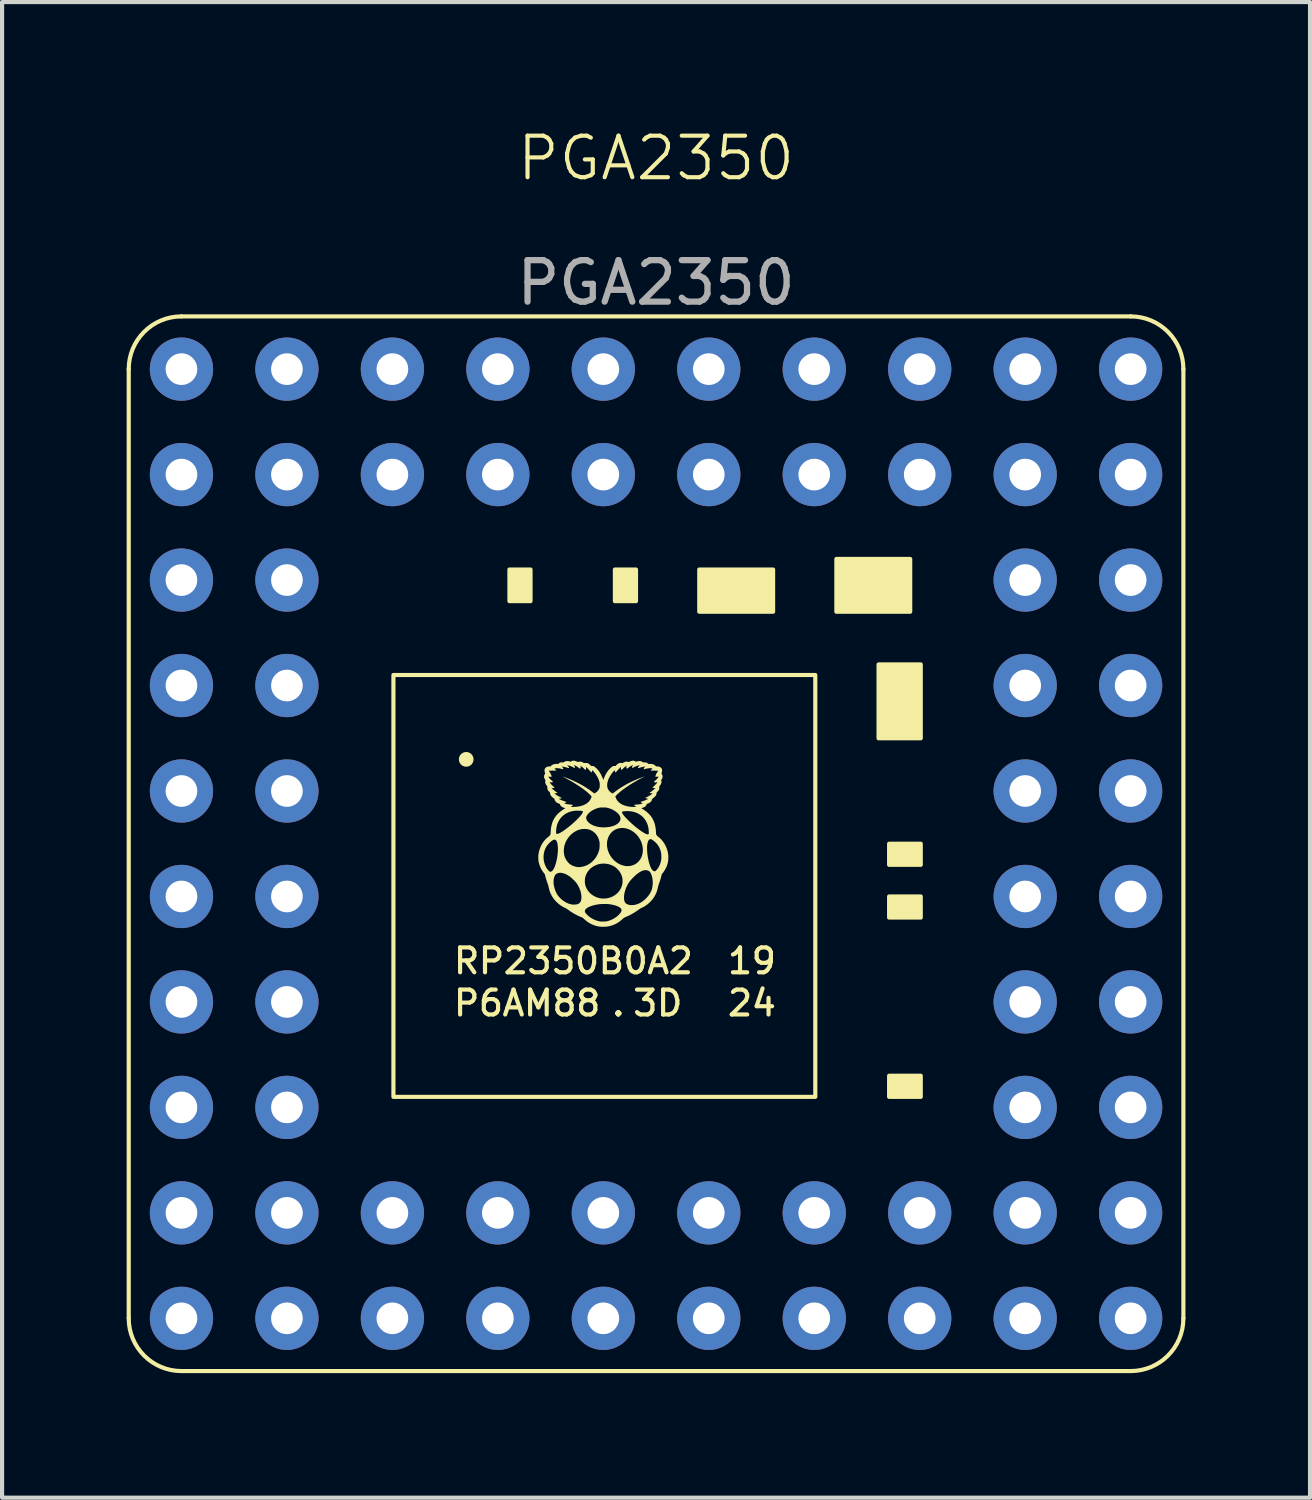
<source format=kicad_pcb>
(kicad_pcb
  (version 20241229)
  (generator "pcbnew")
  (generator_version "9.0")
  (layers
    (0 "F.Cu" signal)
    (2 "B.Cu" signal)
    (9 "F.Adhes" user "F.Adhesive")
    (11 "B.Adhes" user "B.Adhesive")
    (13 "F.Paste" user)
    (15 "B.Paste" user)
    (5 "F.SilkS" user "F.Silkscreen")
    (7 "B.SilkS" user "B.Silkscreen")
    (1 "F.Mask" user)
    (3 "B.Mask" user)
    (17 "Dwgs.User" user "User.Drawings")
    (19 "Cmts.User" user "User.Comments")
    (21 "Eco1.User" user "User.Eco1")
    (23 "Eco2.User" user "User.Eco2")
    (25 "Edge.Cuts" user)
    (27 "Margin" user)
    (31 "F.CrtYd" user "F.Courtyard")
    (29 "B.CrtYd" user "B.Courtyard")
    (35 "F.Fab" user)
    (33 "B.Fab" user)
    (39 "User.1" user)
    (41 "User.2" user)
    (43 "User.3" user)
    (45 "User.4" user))
  (footprint "PGA2350"
    (layer "F.Cu")
    (at 12.75 17.27)
    (property "Reference" "PGA2350" (at 0 -16.51 0) (unlocked yes) (layer "F.SilkS") (effects (font (size 1 1) (thickness 0.1))))
    (attr through_hole)
    (fp_line (start -12.7 11.43) (end -12.7 -11.43) (stroke (width 0.1) (type default)) (layer "F.SilkS"))
    (fp_line (start -11.43 -12.7) (end 11.43 -12.7) (stroke (width 0.1) (type default)) (layer "F.SilkS"))
    (fp_line (start 11.43 12.7) (end -11.43 12.7) (stroke (width 0.1) (type default)) (layer "F.SilkS"))
    (fp_line (start 12.7 -11.43) (end 12.7 11.43) (stroke (width 0.1) (type default)) (layer "F.SilkS"))
    (fp_rect (start -6.325 -4.064) (end 3.835 6.096) (stroke (width 0.1) (type solid)) (fill no) (layer "F.SilkS"))
    (fp_rect (start -3.531 -6.604) (end -3.023 -5.842) (stroke (width 0.1) (type solid)) (fill yes) (layer "F.SilkS"))
    (fp_rect (start -0.991 -6.604) (end -0.483 -5.842) (stroke (width 0.1) (type solid)) (fill yes) (layer "F.SilkS"))
    (fp_rect (start 1.041 -6.604) (end 2.819 -5.588) (stroke (width 0.1) (type solid)) (fill yes) (layer "F.SilkS"))
    (fp_rect (start 4.343 -6.858) (end 6.121 -5.588) (stroke (width 0.1) (type solid)) (fill yes) (layer "F.SilkS"))
    (fp_rect (start 5.359 -4.318) (end 6.375 -2.54) (stroke (width 0.1) (type solid)) (fill yes) (layer "F.SilkS"))
    (fp_rect (start 5.613 0) (end 6.375 0.508) (stroke (width 0.1) (type solid)) (fill yes) (layer "F.SilkS"))
    (fp_rect (start 5.613 1.27) (end 6.375 1.778) (stroke (width 0.1) (type solid)) (fill yes) (layer "F.SilkS"))
    (fp_rect (start 5.613 5.588) (end 6.375 6.096) (stroke (width 0.1) (type solid)) (fill yes) (layer "F.SilkS"))
    (fp_arc (start -12.7 -11.43) (mid -12.328026 -12.328026) (end -11.43 -12.7) (stroke (width 0.1) (type default)) (layer "F.SilkS"))
    (fp_arc (start -11.43 12.7) (mid -12.328026 12.328026) (end -12.7 11.43) (stroke (width 0.1) (type default)) (layer "F.SilkS"))
    (fp_arc (start 11.43 -12.7) (mid 12.328026 -12.328026) (end 12.7 -11.43) (stroke (width 0.1) (type default)) (layer "F.SilkS"))
    (fp_arc (start 12.7 11.43) (mid 12.328026 12.328026) (end 11.43 12.7) (stroke (width 0.1) (type default)) (layer "F.SilkS"))
    (fp_circle (center -4.572 -2.032) (end -4.445 -2.032) (stroke (width 0.1) (type solid)) (fill yes) (layer "F.SilkS"))
    (fp_poly (pts (xy -2.254 -1.622) (xy -2.256 -1.62) (xy -2.257 -1.622) (xy -2.256 -1.623)) (stroke (width 0) (type solid)) (fill yes) (layer "F.SilkS"))
    (fp_poly (pts (xy -0.274 -1.622) (xy -0.275 -1.62) (xy -0.277 -1.622) (xy -0.275 -1.623)) (stroke (width 0) (type solid)) (fill yes) (layer "F.SilkS"))
    (fp_poly (pts (xy -0.534 -1.998) (xy -0.511 -1.991) (xy -0.498 -1.983) (xy -0.484 -1.975) (xy -0.461 -1.982) (xy -0.432 -1.989) (xy -0.404 -1.992) (xy -0.378 -1.99) (xy -0.365 -1.987) (xy -0.351 -1.982) (xy -0.338 -1.975) (xy -0.329 -1.97) (xy -0.323 -1.966) (xy -0.317 -1.963) (xy -0.311 -1.961) (xy -0.304 -1.96) (xy -0.293 -1.959) (xy -0.278 -1.959) (xy -0.275 -1.959) (xy -0.259 -1.958) (xy -0.247 -1.957) (xy -0.238 -1.956) (xy -0.23 -1.954) (xy -0.223 -1.951) (xy -0.219 -1.949) (xy -0.209 -1.943) (xy -0.199 -1.936) (xy -0.194 -1.931) (xy -0.185 -1.922) (xy -0.143 -1.922) (xy -0.125 -1.921) (xy -0.111 -1.921) (xy -0.099 -1.919) (xy -0.089 -1.917) (xy -0.079 -1.915) (xy -0.056 -1.906) (xy -0.038 -1.897) (xy -0.023 -1.886) (xy -0.013 -1.876) (xy -0.005 -1.868) (xy 0.001 -1.864) (xy 0.006 -1.862) (xy 0.012 -1.862) (xy 0.016 -1.862) (xy 0.034 -1.862) (xy 0.055 -1.86) (xy 0.075 -1.855) (xy 0.093 -1.848) (xy 0.094 -1.848) (xy 0.114 -1.835) (xy 0.129 -1.819) (xy 0.14 -1.8) (xy 0.141 -1.797) (xy 0.145 -1.78) (xy 0.146 -1.76) (xy 0.144 -1.74) (xy 0.14 -1.72) (xy 0.137 -1.712) (xy 0.129 -1.693) (xy 0.139 -1.677) (xy 0.151 -1.653) (xy 0.157 -1.629) (xy 0.157 -1.605) (xy 0.151 -1.581) (xy 0.139 -1.556) (xy 0.131 -1.544) (xy 0.122 -1.531) (xy 0.127 -1.514) (xy 0.13 -1.498) (xy 0.131 -1.485) (xy 0.129 -1.472) (xy 0.126 -1.461) (xy 0.121 -1.444) (xy 0.113 -1.429) (xy 0.104 -1.413) (xy 0.094 -1.4) (xy 0.079 -1.38) (xy 0.078 -1.351) (xy 0.078 -1.334) (xy 0.076 -1.321) (xy 0.074 -1.31) (xy 0.072 -1.306) (xy 0.063 -1.288) (xy 0.05 -1.27) (xy 0.036 -1.255) (xy 0.028 -1.247) (xy 0.02 -1.241) (xy 0.016 -1.236) (xy 0.014 -1.23) (xy 0.014 -1.224) (xy 0.012 -1.206) (xy 0.007 -1.187) (xy -0.001 -1.169) (xy -0.008 -1.156) (xy -0.018 -1.144) (xy -0.031 -1.13) (xy -0.047 -1.116) (xy -0.063 -1.102) (xy -0.076 -1.093) (xy -0.085 -1.086) (xy -0.091 -1.08) (xy -0.094 -1.073) (xy -0.096 -1.067) (xy -0.105 -1.041) (xy -0.12 -1.018) (xy -0.14 -0.998) (xy -0.165 -0.982) (xy -0.194 -0.968) (xy -0.206 -0.964) (xy -0.215 -0.961) (xy -0.221 -0.958) (xy -0.225 -0.953) (xy -0.227 -0.945) (xy -0.235 -0.928) (xy -0.246 -0.912) (xy -0.259 -0.898) (xy -0.261 -0.896) (xy -0.271 -0.889) (xy -0.286 -0.881) (xy -0.303 -0.874) (xy -0.32 -0.867) (xy -0.335 -0.862) (xy -0.346 -0.859) (xy -0.351 -0.857) (xy -0.352 -0.855) (xy -0.351 -0.854) (xy -0.337 -0.845) (xy -0.32 -0.834) (xy -0.301 -0.822) (xy -0.281 -0.808) (xy -0.262 -0.795) (xy -0.245 -0.783) (xy -0.232 -0.772) (xy -0.227 -0.769) (xy -0.183 -0.729) (xy -0.143 -0.687) (xy -0.108 -0.641) (xy -0.079 -0.592) (xy -0.054 -0.54) (xy -0.034 -0.485) (xy -0.019 -0.425) (xy -0.012 -0.384) (xy -0.008 -0.357) (xy -0.005 -0.329) (xy -0.003 -0.301) (xy -0.001 -0.276) (xy -0.001 -0.259) (xy -0.001 -0.247) (xy 0.000132 -0.239) (xy 0.002 -0.231) (xy 0.006 -0.222) (xy 0.013 -0.21) (xy 0.013 -0.21) (xy 0.02 -0.198) (xy 0.027 -0.189) (xy 0.035 -0.181) (xy 0.045 -0.173) (xy 0.051 -0.169) (xy 0.09 -0.138) (xy 0.127 -0.102) (xy 0.161 -0.061) (xy 0.192 -0.017) (xy 0.22 0.031) (xy 0.244 0.081) (xy 0.264 0.134) (xy 0.28 0.187) (xy 0.29 0.242) (xy 0.291 0.248) (xy 0.294 0.274) (xy 0.296 0.302) (xy 0.296 0.333) (xy 0.295 0.364) (xy 0.294 0.392) (xy 0.291 0.411) (xy 0.281 0.468) (xy 0.264 0.523) (xy 0.242 0.577) (xy 0.214 0.629) (xy 0.181 0.68) (xy 0.16 0.708) (xy 0.15 0.719) (xy 0.144 0.729) (xy 0.139 0.736) (xy 0.136 0.745) (xy 0.133 0.755) (xy 0.129 0.769) (xy 0.128 0.776) (xy 0.123 0.795) (xy 0.118 0.816) (xy 0.111 0.839) (xy 0.103 0.865) (xy 0.094 0.895) (xy 0.082 0.929) (xy 0.076 0.947) (xy 0.065 0.978) (xy 0.057 1.005) (xy 0.05 1.028) (xy 0.045 1.049) (xy 0.043 1.059) (xy 0.029 1.117) (xy 0.01 1.173) (xy -0.015 1.228) (xy -0.045 1.281) (xy -0.08 1.331) (xy -0.119 1.379) (xy -0.163 1.422) (xy -0.21 1.462) (xy -0.253 1.493) (xy -0.288 1.515) (xy -0.321 1.532) (xy -0.349 1.544) (xy -0.363 1.551) (xy -0.381 1.561) (xy -0.401 1.575) (xy -0.412 1.583) (xy -0.473 1.626) (xy -0.532 1.664) (xy -0.591 1.698) (xy -0.648 1.728) (xy -0.706 1.754) (xy -0.727 1.763) (xy -0.743 1.769) (xy -0.756 1.775) (xy -0.765 1.779) (xy -0.774 1.785) (xy -0.782 1.791) (xy -0.791 1.8) (xy -0.8 1.808) (xy -0.849 1.85) (xy -0.899 1.887) (xy -0.949 1.919) (xy -1.001 1.945) (xy -1.054 1.966) (xy -1.109 1.982) (xy -1.157 1.992) (xy -1.176 1.995) (xy -1.199 1.997) (xy -1.225 1.999) (xy -1.253 2) (xy -1.28 2) (xy -1.306 2) (xy -1.329 1.999) (xy -1.345 1.998) (xy -1.396 1.99) (xy -1.448 1.978) (xy -1.498 1.961) (xy -1.546 1.942) (xy -1.576 1.927) (xy -1.629 1.896) (xy -1.681 1.858) (xy -1.732 1.815) (xy -1.746 1.802) (xy -1.759 1.79) (xy -1.77 1.782) (xy -1.779 1.776) (xy -1.788 1.772) (xy -1.789 1.772) (xy -1.809 1.764) (xy -1.833 1.755) (xy -1.859 1.743) (xy -1.887 1.73) (xy -1.916 1.715) (xy -1.944 1.701) (xy -1.97 1.687) (xy -1.993 1.673) (xy -2.036 1.646) (xy -2.064 1.628) (xy -1.715 1.628) (xy -1.71 1.645) (xy -1.701 1.663) (xy -1.685 1.683) (xy -1.668 1.703) (xy -1.631 1.738) (xy -1.589 1.771) (xy -1.544 1.8) (xy -1.496 1.825) (xy -1.447 1.845) (xy -1.398 1.861) (xy -1.375 1.866) (xy -1.362 1.869) (xy -1.351 1.871) (xy -1.341 1.872) (xy -1.332 1.873) (xy -1.321 1.874) (xy -1.309 1.874) (xy -1.293 1.874) (xy -1.272 1.874) (xy -1.267 1.874) (xy -1.245 1.873) (xy -1.227 1.873) (xy -1.213 1.872) (xy -1.201 1.871) (xy -1.19 1.869) (xy -1.179 1.866) (xy -1.174 1.865) (xy -1.121 1.85) (xy -1.069 1.829) (xy -1.018 1.803) (xy -0.971 1.773) (xy -0.936 1.747) (xy -0.921 1.734) (xy -0.905 1.719) (xy -0.889 1.702) (xy -0.874 1.686) (xy -0.861 1.67) (xy -0.852 1.657) (xy -0.849 1.653) (xy -0.838 1.633) (xy -0.832 1.615) (xy -0.831 1.599) (xy -0.833 1.585) (xy -0.838 1.572) (xy -0.849 1.556) (xy -0.866 1.541) (xy -0.888 1.526) (xy -0.915 1.512) (xy -0.946 1.499) (xy -0.981 1.487) (xy -1.02 1.476) (xy -1.062 1.467) (xy -1.107 1.459) (xy -1.139 1.455) (xy -1.154 1.453) (xy -1.174 1.452) (xy -1.197 1.452) (xy -1.223 1.451) (xy -1.249 1.451) (xy -1.276 1.451) (xy -1.301 1.452) (xy -1.324 1.453) (xy -1.344 1.454) (xy -1.353 1.455) (xy -1.4 1.461) (xy -1.445 1.469) (xy -1.489 1.479) (xy -1.531 1.49) (xy -1.569 1.503) (xy -1.604 1.517) (xy -1.635 1.532) (xy -1.661 1.547) (xy -1.682 1.563) (xy -1.682 1.564) (xy -1.698 1.58) (xy -1.709 1.596) (xy -1.714 1.611) (xy -1.715 1.628) (xy -2.064 1.628) (xy -2.082 1.615) (xy -2.13 1.582) (xy -2.151 1.567) (xy -2.169 1.556) (xy -2.186 1.547) (xy -2.196 1.542) (xy -2.237 1.523) (xy -2.278 1.499) (xy -2.319 1.47) (xy -2.358 1.439) (xy -2.404 1.396) (xy -2.446 1.349) (xy -2.483 1.3) (xy -2.515 1.247) (xy -2.542 1.193) (xy -2.563 1.136) (xy -2.579 1.078) (xy -2.583 1.059) (xy -2.587 1.039) (xy -2.593 1.018) (xy -2.6 0.993) (xy -2.61 0.964) (xy -2.616 0.947) (xy -2.626 0.917) (xy -2.469 0.917) (xy -2.467 0.96) (xy -2.461 1.004) (xy -2.451 1.049) (xy -2.438 1.094) (xy -2.423 1.135) (xy -2.408 1.171) (xy -2.392 1.202) (xy -2.374 1.232) (xy -2.353 1.26) (xy -2.329 1.287) (xy -2.301 1.317) (xy -2.294 1.323) (xy -2.251 1.361) (xy -2.206 1.393) (xy -2.159 1.42) (xy -2.111 1.441) (xy -2.061 1.456) (xy -2.016 1.465) (xy -2.005 1.466) (xy -1.99 1.466) (xy -1.973 1.466) (xy -1.955 1.465) (xy -1.937 1.464) (xy -1.921 1.462) (xy -1.909 1.461) (xy -1.905 1.46) (xy -1.877 1.45) (xy -1.855 1.438) (xy -1.837 1.423) (xy -1.823 1.404) (xy -1.818 1.396) (xy -1.807 1.368) (xy -1.8 1.337) (xy -1.797 1.302) (xy -1.797 1.264) (xy -1.802 1.225) (xy -1.809 1.184) (xy -1.82 1.142) (xy -1.835 1.1) (xy -1.852 1.058) (xy -1.873 1.017) (xy -1.896 0.977) (xy -1.918 0.945) (xy -1.926 0.935) (xy -1.938 0.922) (xy -1.951 0.907) (xy -1.952 0.906) (xy -1.715 0.906) (xy -1.712 0.953) (xy -1.703 0.999) (xy -1.697 1.02) (xy -1.679 1.064) (xy -1.657 1.106) (xy -1.629 1.146) (xy -1.597 1.182) (xy -1.562 1.215) (xy -1.522 1.243) (xy -1.48 1.268) (xy -1.435 1.288) (xy -1.387 1.304) (xy -1.355 1.311) (xy -1.341 1.314) (xy -1.328 1.316) (xy -1.318 1.317) (xy -1.314 1.318) (xy -1.301 1.319) (xy -1.284 1.32) (xy -1.264 1.32) (xy -1.243 1.319) (xy -1.223 1.318) (xy -1.205 1.317) (xy -1.192 1.316) (xy -1.141 1.305) (xy -1.104 1.294) (xy -0.772 1.294) (xy -0.771 1.326) (xy -0.768 1.354) (xy -0.762 1.378) (xy -0.754 1.399) (xy -0.742 1.42) (xy -0.74 1.423) (xy -0.728 1.436) (xy -0.712 1.447) (xy -0.692 1.458) (xy -0.669 1.466) (xy -0.645 1.473) (xy -0.629 1.476) (xy -0.614 1.477) (xy -0.594 1.478) (xy -0.572 1.477) (xy -0.55 1.476) (xy -0.528 1.474) (xy -0.51 1.471) (xy -0.506 1.47) (xy -0.456 1.457) (xy -0.407 1.437) (xy -0.36 1.412) (xy -0.315 1.382) (xy -0.271 1.346) (xy -0.229 1.305) (xy -0.19 1.259) (xy -0.176 1.241) (xy -0.15 1.203) (xy -0.128 1.165) (xy -0.111 1.126) (xy -0.098 1.085) (xy -0.088 1.04) (xy -0.083 1.004) (xy -0.08 0.964) (xy -0.08 0.923) (xy -0.082 0.882) (xy -0.087 0.842) (xy -0.094 0.804) (xy -0.104 0.767) (xy -0.116 0.734) (xy -0.13 0.705) (xy -0.144 0.683) (xy -0.16 0.666) (xy -0.181 0.653) (xy -0.204 0.643) (xy -0.23 0.637) (xy -0.251 0.636) (xy -0.282 0.639) (xy -0.315 0.646) (xy -0.348 0.659) (xy -0.384 0.678) (xy -0.421 0.701) (xy -0.459 0.73) (xy -0.5 0.765) (xy -0.542 0.805) (xy -0.547 0.81) (xy -0.576 0.839) (xy -0.6 0.866) (xy -0.622 0.891) (xy -0.64 0.915) (xy -0.657 0.94) (xy -0.673 0.965) (xy -0.689 0.994) (xy -0.693 1.003) (xy -0.718 1.055) (xy -0.738 1.108) (xy -0.754 1.161) (xy -0.765 1.213) (xy -0.771 1.263) (xy -0.772 1.294) (xy -1.104 1.294) (xy -1.092 1.29) (xy -1.046 1.271) (xy -1.003 1.246) (xy -0.963 1.218) (xy -0.927 1.185) (xy -0.895 1.149) (xy -0.867 1.11) (xy -0.844 1.067) (xy -0.826 1.022) (xy -0.813 0.977) (xy -0.81 0.954) (xy -0.807 0.926) (xy -0.807 0.898) (xy -0.807 0.869) (xy -0.81 0.843) (xy -0.812 0.827) (xy -0.824 0.78) (xy -0.842 0.734) (xy -0.865 0.691) (xy -0.893 0.651) (xy -0.926 0.614) (xy -0.962 0.58) (xy -0.983 0.564) (xy -1.019 0.542) (xy -1.059 0.522) (xy -1.101 0.505) (xy -1.142 0.492) (xy -1.156 0.489) (xy -1.207 0.481) (xy -1.257 0.478) (xy -1.307 0.48) (xy -1.356 0.487) (xy -1.404 0.499) (xy -1.45 0.516) (xy -1.493 0.537) (xy -1.534 0.562) (xy -1.571 0.591) (xy -1.606 0.624) (xy -1.636 0.66) (xy -1.662 0.699) (xy -1.683 0.742) (xy -1.693 0.766) (xy -1.706 0.812) (xy -1.713 0.859) (xy -1.715 0.906) (xy -1.952 0.906) (xy -1.966 0.891) (xy -1.981 0.875) (xy -1.984 0.873) (xy -2.028 0.832) (xy -2.071 0.796) (xy -2.114 0.766) (xy -2.156 0.742) (xy -2.199 0.723) (xy -2.219 0.716) (xy -2.257 0.705) (xy -2.292 0.7) (xy -2.325 0.701) (xy -2.357 0.706) (xy -2.367 0.71) (xy -2.391 0.719) (xy -2.409 0.731) (xy -2.424 0.746) (xy -2.425 0.748) (xy -2.441 0.774) (xy -2.453 0.805) (xy -2.462 0.84) (xy -2.467 0.877) (xy -2.469 0.917) (xy -2.626 0.917) (xy -2.628 0.91) (xy -2.639 0.879) (xy -2.648 0.851) (xy -2.655 0.827) (xy -2.661 0.805) (xy -2.666 0.785) (xy -2.668 0.776) (xy -2.672 0.76) (xy -2.674 0.748) (xy -2.678 0.739) (xy -2.682 0.732) (xy -2.688 0.723) (xy -2.696 0.713) (xy -2.7 0.708) (xy -2.735 0.66) (xy -2.765 0.609) (xy -2.791 0.556) (xy -2.811 0.501) (xy -2.826 0.445) (xy -2.827 0.44) (xy -2.831 0.416) (xy -2.834 0.389) (xy -2.835 0.358) (xy -2.836 0.327) (xy -2.836 0.315) (xy -2.71 0.315) (xy -2.708 0.367) (xy -2.701 0.419) (xy -2.688 0.471) (xy -2.67 0.52) (xy -2.647 0.568) (xy -2.639 0.583) (xy -2.626 0.601) (xy -2.612 0.62) (xy -2.597 0.638) (xy -2.583 0.653) (xy -2.57 0.665) (xy -2.561 0.671) (xy -2.554 0.674) (xy -2.547 0.675) (xy -2.54 0.674) (xy -2.526 0.671) (xy -2.512 0.664) (xy -2.511 0.663) (xy -2.498 0.652) (xy -2.484 0.634) (xy -2.469 0.613) (xy -2.456 0.587) (xy -2.442 0.558) (xy -2.43 0.527) (xy -2.43 0.525) (xy -2.416 0.482) (xy -2.404 0.437) (xy -2.393 0.391) (xy -2.384 0.344) (xy -2.376 0.297) (xy -2.371 0.25) (xy -2.367 0.205) (xy -2.365 0.18) (xy -2.222 0.18) (xy -2.218 0.231) (xy -2.21 0.279) (xy -2.205 0.299) (xy -2.191 0.336) (xy -2.173 0.373) (xy -2.151 0.408) (xy -2.126 0.441) (xy -2.099 0.47) (xy -2.07 0.493) (xy -2.038 0.514) (xy -2.007 0.53) (xy -1.973 0.543) (xy -1.938 0.553) (xy -1.899 0.56) (xy -1.86 0.564) (xy -1.854 0.564) (xy -1.844 0.563) (xy -1.832 0.562) (xy -1.821 0.561) (xy -1.77 0.553) (xy -1.721 0.54) (xy -1.673 0.521) (xy -1.627 0.498) (xy -1.584 0.469) (xy -1.543 0.437) (xy -1.505 0.4) (xy -1.471 0.359) (xy -1.44 0.315) (xy -1.414 0.268) (xy -1.392 0.218) (xy -1.384 0.196) (xy -1.376 0.17) (xy -1.369 0.147) (xy -1.365 0.126) (xy -1.362 0.105) (xy -1.36 0.083) (xy -1.359 0.057) (xy -1.359 0.035) (xy -1.359 0.012) (xy -1.359 0.009) (xy -1.182 0.009) (xy -1.18 0.057) (xy -1.173 0.106) (xy -1.161 0.155) (xy -1.144 0.204) (xy -1.122 0.251) (xy -1.099 0.291) (xy -1.069 0.335) (xy -1.035 0.375) (xy -0.998 0.412) (xy -0.958 0.444) (xy -0.916 0.472) (xy -0.872 0.496) (xy -0.827 0.514) (xy -0.78 0.528) (xy -0.733 0.537) (xy -0.686 0.54) (xy -0.64 0.537) (xy -0.638 0.537) (xy -0.592 0.528) (xy -0.548 0.514) (xy -0.542 0.512) (xy -0.506 0.495) (xy -0.472 0.472) (xy -0.439 0.445) (xy -0.409 0.414) (xy -0.383 0.38) (xy -0.362 0.344) (xy -0.356 0.332) (xy -0.339 0.287) (xy -0.326 0.239) (xy -0.319 0.19) (xy -0.318 0.141) (xy -0.321 0.093) (xy -0.217 0.093) (xy -0.216 0.139) (xy -0.214 0.187) (xy -0.21 0.237) (xy -0.204 0.288) (xy -0.195 0.338) (xy -0.185 0.388) (xy -0.174 0.437) (xy -0.161 0.483) (xy -0.146 0.526) (xy -0.134 0.557) (xy -0.122 0.582) (xy -0.111 0.603) (xy -0.099 0.62) (xy -0.086 0.636) (xy -0.086 0.636) (xy -0.073 0.649) (xy -0.061 0.657) (xy -0.049 0.662) (xy -0.037 0.663) (xy -0.027 0.662) (xy -0.019 0.659) (xy -0.009 0.653) (xy -0.00044 0.645) (xy 0.01 0.635) (xy 0.02 0.624) (xy 0.022 0.622) (xy 0.05 0.584) (xy 0.075 0.542) (xy 0.095 0.496) (xy 0.111 0.448) (xy 0.122 0.397) (xy 0.125 0.376) (xy 0.127 0.358) (xy 0.128 0.336) (xy 0.128 0.311) (xy 0.127 0.285) (xy 0.126 0.26) (xy 0.124 0.237) (xy 0.121 0.218) (xy 0.12 0.209) (xy 0.105 0.155) (xy 0.085 0.105) (xy 0.061 0.059) (xy 0.031 0.016) (xy -0.003 -0.023) (xy -0.042 -0.059) (xy -0.086 -0.091) (xy -0.087 -0.092) (xy -0.106 -0.103) (xy -0.123 -0.11) (xy -0.137 -0.111) (xy -0.15 -0.108) (xy -0.163 -0.099) (xy -0.167 -0.096) (xy -0.18 -0.081) (xy -0.19 -0.062) (xy -0.199 -0.038) (xy -0.203 -0.023) (xy -0.21 0.011) (xy -0.215 0.05) (xy -0.217 0.093) (xy -0.321 0.093) (xy -0.321 0.091) (xy -0.33 0.04) (xy -0.344 -0.009) (xy -0.362 -0.058) (xy -0.386 -0.106) (xy -0.414 -0.151) (xy -0.447 -0.195) (xy -0.471 -0.222) (xy -0.508 -0.257) (xy -0.548 -0.289) (xy -0.59 -0.316) (xy -0.635 -0.339) (xy -0.68 -0.357) (xy -0.727 -0.37) (xy -0.774 -0.377) (xy -0.82 -0.38) (xy -0.849 -0.378) (xy -0.896 -0.371) (xy -0.939 -0.359) (xy -0.972 -0.345) (xy -0.999 -0.331) (xy -1.022 -0.317) (xy -1.043 -0.301) (xy -1.064 -0.282) (xy -1.095 -0.249) (xy -1.121 -0.212) (xy -1.143 -0.172) (xy -1.16 -0.129) (xy -1.172 -0.085) (xy -1.18 -0.039) (xy -1.182 0.009) (xy -1.359 0.009) (xy -1.359 -0.005) (xy -1.359 -0.019) (xy -1.36 -0.031) (xy -1.362 -0.042) (xy -1.364 -0.052) (xy -1.366 -0.06) (xy -1.379 -0.107) (xy -1.397 -0.152) (xy -1.42 -0.192) (xy -1.446 -0.229) (xy -1.477 -0.262) (xy -1.512 -0.291) (xy -1.55 -0.315) (xy -1.584 -0.331) (xy -1.61 -0.34) (xy -1.634 -0.347) (xy -1.66 -0.352) (xy -1.689 -0.355) (xy -1.71 -0.356) (xy -1.76 -0.355) (xy -1.808 -0.349) (xy -1.856 -0.337) (xy -1.903 -0.319) (xy -1.948 -0.295) (xy -1.994 -0.265) (xy -2.037 -0.231) (xy -2.076 -0.192) (xy -2.112 -0.149) (xy -2.143 -0.103) (xy -2.17 -0.054) (xy -2.191 -0.003) (xy -2.202 0.029) (xy -2.213 0.079) (xy -2.22 0.129) (xy -2.222 0.18) (xy -2.365 0.18) (xy -2.364 0.16) (xy -2.364 0.118) (xy -2.365 0.078) (xy -2.368 0.041) (xy -2.373 0.007) (xy -2.379 -0.022) (xy -2.388 -0.047) (xy -2.398 -0.067) (xy -2.402 -0.073) (xy -2.413 -0.085) (xy -2.423 -0.093) (xy -2.434 -0.097) (xy -2.445 -0.098) (xy -2.456 -0.099) (xy -2.464 -0.097) (xy -2.472 -0.094) (xy -2.479 -0.09) (xy -2.519 -0.063) (xy -2.557 -0.031) (xy -2.591 0.004) (xy -2.622 0.042) (xy -2.648 0.081) (xy -2.663 0.111) (xy -2.683 0.16) (xy -2.697 0.21) (xy -2.706 0.262) (xy -2.71 0.315) (xy -2.836 0.315) (xy -2.836 0.297) (xy -2.834 0.27) (xy -2.832 0.25) (xy -2.82 0.189) (xy -2.803 0.131) (xy -2.781 0.074) (xy -2.755 0.02) (xy -2.723 -0.031) (xy -2.687 -0.078) (xy -2.647 -0.121) (xy -2.64 -0.128) (xy -2.627 -0.14) (xy -2.612 -0.152) (xy -2.598 -0.164) (xy -2.591 -0.169) (xy -2.578 -0.178) (xy -2.57 -0.186) (xy -2.563 -0.194) (xy -2.556 -0.205) (xy -2.553 -0.21) (xy -2.54 -0.233) (xy -2.538 -0.281) (xy -2.537 -0.291) (xy -2.407 -0.291) (xy -2.407 -0.271) (xy -2.406 -0.257) (xy -2.404 -0.247) (xy -2.401 -0.241) (xy -2.396 -0.238) (xy -2.389 -0.237) (xy -2.378 -0.238) (xy -2.377 -0.238) (xy -2.365 -0.239) (xy -2.354 -0.242) (xy -2.34 -0.247) (xy -2.329 -0.253) (xy -2.301 -0.267) (xy -2.27 -0.285) (xy -2.237 -0.306) (xy -2.203 -0.33) (xy -2.166 -0.357) (xy -2.129 -0.386) (xy -2.091 -0.416) (xy -2.053 -0.448) (xy -2.015 -0.48) (xy -1.978 -0.513) (xy -1.943 -0.546) (xy -1.909 -0.578) (xy -1.878 -0.61) (xy -1.865 -0.623) (xy -1.683 -0.623) (xy -1.68 -0.602) (xy -1.675 -0.583) (xy -1.662 -0.556) (xy -1.643 -0.531) (xy -1.619 -0.507) (xy -1.591 -0.484) (xy -1.559 -0.464) (xy -1.522 -0.445) (xy -1.483 -0.43) (xy -1.441 -0.417) (xy -1.396 -0.406) (xy -1.349 -0.399) (xy -1.347 -0.399) (xy -1.319 -0.396) (xy -1.296 -0.395) (xy -1.275 -0.394) (xy -1.253 -0.394) (xy -1.23 -0.395) (xy -1.208 -0.396) (xy -1.166 -0.4) (xy -1.127 -0.405) (xy -1.092 -0.412) (xy -1.074 -0.416) (xy -1.032 -0.428) (xy -0.995 -0.443) (xy -0.961 -0.46) (xy -0.931 -0.479) (xy -0.906 -0.5) (xy -0.886 -0.522) (xy -0.871 -0.546) (xy -0.861 -0.571) (xy -0.857 -0.597) (xy -0.858 -0.623) (xy -0.864 -0.65) (xy -0.865 -0.652) (xy -0.878 -0.678) (xy -0.896 -0.704) (xy -0.918 -0.73) (xy -0.946 -0.755) (xy -0.957 -0.764) (xy -0.82 -0.764) (xy -0.819 -0.753) (xy -0.815 -0.739) (xy -0.806 -0.722) (xy -0.793 -0.702) (xy -0.776 -0.68) (xy -0.756 -0.655) (xy -0.732 -0.629) (xy -0.722 -0.618) (xy -0.684 -0.579) (xy -0.645 -0.541) (xy -0.605 -0.503) (xy -0.564 -0.466) (xy -0.522 -0.431) (xy -0.482 -0.397) (xy -0.441 -0.365) (xy -0.402 -0.336) (xy -0.365 -0.309) (xy -0.329 -0.285) (xy -0.296 -0.265) (xy -0.266 -0.248) (xy -0.239 -0.235) (xy -0.227 -0.231) (xy -0.211 -0.226) (xy -0.197 -0.225) (xy -0.186 -0.228) (xy -0.181 -0.231) (xy -0.179 -0.234) (xy -0.177 -0.238) (xy -0.176 -0.243) (xy -0.175 -0.252) (xy -0.175 -0.264) (xy -0.175 -0.281) (xy -0.178 -0.337) (xy -0.186 -0.391) (xy -0.199 -0.443) (xy -0.217 -0.493) (xy -0.24 -0.54) (xy -0.267 -0.584) (xy -0.299 -0.624) (xy -0.336 -0.661) (xy -0.337 -0.662) (xy -0.378 -0.694) (xy -0.423 -0.722) (xy -0.472 -0.745) (xy -0.524 -0.763) (xy -0.579 -0.776) (xy -0.629 -0.783) (xy -0.649 -0.785) (xy -0.67 -0.786) (xy -0.693 -0.786) (xy -0.716 -0.785) (xy -0.739 -0.784) (xy -0.761 -0.782) (xy -0.78 -0.78) (xy -0.797 -0.777) (xy -0.809 -0.774) (xy -0.815 -0.771) (xy -0.816 -0.771) (xy -0.82 -0.764) (xy -0.957 -0.764) (xy -0.977 -0.779) (xy -1.011 -0.801) (xy -1.047 -0.821) (xy -1.086 -0.838) (xy -1.116 -0.849) (xy -1.141 -0.857) (xy -1.163 -0.863) (xy -1.183 -0.868) (xy -1.202 -0.871) (xy -1.223 -0.873) (xy -1.247 -0.874) (xy -1.274 -0.874) (xy -1.297 -0.874) (xy -1.315 -0.874) (xy -1.329 -0.873) (xy -1.341 -0.872) (xy -1.352 -0.871) (xy -1.363 -0.869) (xy -1.368 -0.868) (xy -1.413 -0.856) (xy -1.458 -0.84) (xy -1.501 -0.82) (xy -1.541 -0.798) (xy -1.578 -0.773) (xy -1.611 -0.746) (xy -1.638 -0.717) (xy -1.645 -0.709) (xy -1.662 -0.685) (xy -1.674 -0.664) (xy -1.681 -0.643) (xy -1.683 -0.623) (xy -1.865 -0.623) (xy -1.849 -0.64) (xy -1.824 -0.669) (xy -1.802 -0.695) (xy -1.785 -0.719) (xy -1.773 -0.738) (xy -1.766 -0.754) (xy -1.762 -0.767) (xy -1.763 -0.777) (xy -1.766 -0.783) (xy -1.773 -0.786) (xy -1.785 -0.789) (xy -1.8 -0.791) (xy -1.819 -0.793) (xy -1.84 -0.795) (xy -1.863 -0.796) (xy -1.885 -0.797) (xy -1.908 -0.797) (xy -1.928 -0.796) (xy -1.943 -0.795) (xy -2.001 -0.787) (xy -2.054 -0.775) (xy -2.105 -0.758) (xy -2.151 -0.737) (xy -2.195 -0.711) (xy -2.236 -0.68) (xy -2.265 -0.653) (xy -2.3 -0.613) (xy -2.331 -0.57) (xy -2.356 -0.524) (xy -2.377 -0.475) (xy -2.392 -0.424) (xy -2.402 -0.369) (xy -2.407 -0.313) (xy -2.407 -0.291) (xy -2.537 -0.291) (xy -2.533 -0.347) (xy -2.524 -0.41) (xy -2.511 -0.469) (xy -2.493 -0.524) (xy -2.471 -0.575) (xy -2.443 -0.624) (xy -2.411 -0.669) (xy -2.373 -0.713) (xy -2.33 -0.753) (xy -2.282 -0.792) (xy -2.228 -0.829) (xy -2.203 -0.845) (xy -2.184 -0.856) (xy -2.203 -0.862) (xy -2.234 -0.872) (xy -2.259 -0.883) (xy -2.279 -0.897) (xy -2.295 -0.912) (xy -2.307 -0.931) (xy -2.313 -0.945) (xy -2.315 -0.952) (xy -2.318 -0.956) (xy -2.322 -0.96) (xy -2.33 -0.963) (xy -2.341 -0.967) (xy -2.342 -0.967) (xy -2.372 -0.98) (xy -2.397 -0.995) (xy -2.417 -1.014) (xy -2.432 -1.035) (xy -2.442 -1.061) (xy -2.445 -1.068) (xy -2.447 -1.076) (xy -2.452 -1.083) (xy -2.459 -1.089) (xy -2.464 -1.093) (xy -2.481 -1.105) (xy -2.497 -1.119) (xy -2.512 -1.134) (xy -2.525 -1.147) (xy -2.532 -1.156) (xy -2.541 -1.173) (xy -2.548 -1.192) (xy -2.553 -1.211) (xy -2.554 -1.224) (xy -2.555 -1.232) (xy -2.557 -1.237) (xy -2.561 -1.242) (xy -2.569 -1.249) (xy -2.57 -1.25) (xy -2.582 -1.261) (xy -2.594 -1.275) (xy -2.605 -1.291) (xy -2.612 -1.306) (xy -2.615 -1.312) (xy -2.616 -1.321) (xy -2.618 -1.333) (xy -2.618 -1.348) (xy -2.619 -1.352) (xy -2.619 -1.379) (xy -2.634 -1.4) (xy -2.652 -1.426) (xy -2.663 -1.451) (xy -2.669 -1.474) (xy -2.67 -1.496) (xy -2.667 -1.513) (xy -2.662 -1.531) (xy -2.671 -1.544) (xy -2.686 -1.569) (xy -2.695 -1.593) (xy -2.697 -1.613) (xy -2.59 -1.613) (xy -2.588 -1.607) (xy -2.583 -1.597) (xy -2.575 -1.586) (xy -2.565 -1.573) (xy -2.554 -1.561) (xy -2.543 -1.549) (xy -2.537 -1.543) (xy -2.524 -1.532) (xy -2.511 -1.52) (xy -2.499 -1.508) (xy -2.496 -1.505) (xy -2.478 -1.487) (xy -2.49 -1.482) (xy -2.505 -1.477) (xy -2.522 -1.477) (xy -2.542 -1.48) (xy -2.543 -1.481) (xy -2.553 -1.483) (xy -2.56 -1.484) (xy -2.562 -1.484) (xy -2.562 -1.48) (xy -2.558 -1.473) (xy -2.552 -1.463) (xy -2.544 -1.452) (xy -2.534 -1.44) (xy -2.53 -1.435) (xy -2.52 -1.425) (xy -2.508 -1.412) (xy -2.494 -1.399) (xy -2.48 -1.385) (xy -2.477 -1.383) (xy -2.464 -1.371) (xy -2.455 -1.362) (xy -2.449 -1.356) (xy -2.447 -1.352) (xy -2.446 -1.35) (xy -2.448 -1.348) (xy -2.456 -1.344) (xy -2.469 -1.342) (xy -2.484 -1.341) (xy -2.497 -1.342) (xy -2.507 -1.343) (xy -2.513 -1.342) (xy -2.515 -1.341) (xy -2.513 -1.337) (xy -2.506 -1.331) (xy -2.497 -1.321) (xy -2.484 -1.31) (xy -2.47 -1.298) (xy -2.454 -1.285) (xy -2.438 -1.272) (xy -2.422 -1.26) (xy -2.407 -1.248) (xy -2.393 -1.239) (xy -2.391 -1.238) (xy -2.383 -1.232) (xy -2.377 -1.227) (xy -2.376 -1.224) (xy -2.376 -1.224) (xy -2.38 -1.221) (xy -2.389 -1.219) (xy -2.401 -1.217) (xy -2.414 -1.216) (xy -2.428 -1.215) (xy -2.429 -1.215) (xy -2.451 -1.215) (xy -2.437 -1.203) (xy -2.422 -1.19) (xy -2.402 -1.176) (xy -2.379 -1.161) (xy -2.352 -1.146) (xy -2.322 -1.13) (xy -2.319 -1.128) (xy -2.304 -1.12) (xy -2.291 -1.113) (xy -2.281 -1.108) (xy -2.274 -1.104) (xy -2.272 -1.102) (xy -2.274 -1.1) (xy -2.281 -1.097) (xy -2.285 -1.095) (xy -2.299 -1.09) (xy -2.319 -1.087) (xy -2.321 -1.087) (xy -2.345 -1.085) (xy -2.338 -1.08) (xy -2.327 -1.073) (xy -2.312 -1.064) (xy -2.292 -1.055) (xy -2.27 -1.046) (xy -2.246 -1.037) (xy -2.221 -1.028) (xy -2.214 -1.026) (xy -2.158 -1.007) (xy -2.168 -0.997) (xy -2.181 -0.987) (xy -2.196 -0.981) (xy -2.214 -0.976) (xy -2.199 -0.969) (xy -2.189 -0.965) (xy -2.176 -0.961) (xy -2.163 -0.957) (xy -2.155 -0.955) (xy -2.147 -0.954) (xy -2.138 -0.952) (xy -2.127 -0.95) (xy -2.113 -0.949) (xy -2.096 -0.947) (xy -2.074 -0.945) (xy -2.05 -0.942) (xy -2.03 -0.94) (xy -2.016 -0.937) (xy -2.007 -0.934) (xy -2.005 -0.93) (xy -2.007 -0.925) (xy -2.013 -0.918) (xy -2.021 -0.91) (xy -2.03 -0.903) (xy -2.039 -0.897) (xy -2.04 -0.897) (xy -2.047 -0.892) (xy -2.052 -0.888) (xy -2.053 -0.887) (xy -2.05 -0.886) (xy -2.042 -0.885) (xy -2.03 -0.885) (xy -2.015 -0.885) (xy -1.997 -0.886) (xy -1.978 -0.887) (xy -1.958 -0.887) (xy -1.939 -0.889) (xy -1.921 -0.89) (xy -1.906 -0.891) (xy -1.894 -0.892) (xy -1.868 -0.897) (xy -1.84 -0.902) (xy -1.811 -0.909) (xy -1.785 -0.917) (xy -1.762 -0.924) (xy -1.761 -0.924) (xy -1.718 -0.943) (xy -1.679 -0.965) (xy -1.644 -0.991) (xy -1.614 -1.02) (xy -1.589 -1.053) (xy -1.57 -1.088) (xy -1.564 -1.101) (xy -1.559 -1.113) (xy -1.555 -1.122) (xy -1.554 -1.13) (xy -1.554 -1.137) (xy -1.557 -1.144) (xy -1.562 -1.151) (xy -1.571 -1.161) (xy -1.583 -1.173) (xy -1.598 -1.187) (xy -1.614 -1.202) (xy -1.631 -1.218) (xy -1.648 -1.234) (xy -1.663 -1.247) (xy -1.675 -1.257) (xy -1.735 -1.304) (xy -1.801 -1.352) (xy -1.873 -1.4) (xy -1.951 -1.45) (xy -2.034 -1.5) (xy -2.124 -1.55) (xy -2.201 -1.592) (xy -2.216 -1.6) (xy -2.23 -1.607) (xy -2.24 -1.613) (xy -2.247 -1.617) (xy -2.25 -1.619) (xy -2.25 -1.619) (xy -2.247 -1.618) (xy -2.239 -1.616) (xy -2.228 -1.612) (xy -2.213 -1.607) (xy -2.196 -1.601) (xy -2.178 -1.594) (xy -2.16 -1.587) (xy -2.142 -1.58) (xy -2.125 -1.573) (xy -2.118 -1.571) (xy -2.023 -1.531) (xy -1.93 -1.488) (xy -1.841 -1.443) (xy -1.755 -1.395) (xy -1.674 -1.345) (xy -1.597 -1.293) (xy -1.526 -1.24) (xy -1.516 -1.232) (xy -1.488 -1.21) (xy -1.476 -1.216) (xy -1.445 -1.235) (xy -1.417 -1.257) (xy -1.394 -1.283) (xy -1.376 -1.312) (xy -1.363 -1.342) (xy -1.362 -1.344) (xy -1.36 -1.354) (xy -1.358 -1.363) (xy -1.357 -1.373) (xy -1.356 -1.385) (xy -1.356 -1.401) (xy -1.356 -1.413) (xy -1.356 -1.419) (xy -1.177 -1.419) (xy -1.176 -1.384) (xy -1.171 -1.351) (xy -1.161 -1.322) (xy -1.156 -1.311) (xy -1.138 -1.284) (xy -1.115 -1.259) (xy -1.089 -1.236) (xy -1.06 -1.218) (xy -1.043 -1.21) (xy -1.034 -1.217) (xy -1.024 -1.226) (xy -1.009 -1.237) (xy -0.992 -1.25) (xy -0.972 -1.264) (xy -0.952 -1.279) (xy -0.932 -1.294) (xy -0.913 -1.307) (xy -0.896 -1.319) (xy -0.883 -1.328) (xy -0.794 -1.384) (xy -0.701 -1.438) (xy -0.603 -1.488) (xy -0.5 -1.535) (xy -0.421 -1.568) (xy -0.4 -1.576) (xy -0.379 -1.584) (xy -0.358 -1.592) (xy -0.338 -1.599) (xy -0.32 -1.606) (xy -0.305 -1.612) (xy -0.293 -1.616) (xy -0.284 -1.619) (xy -0.281 -1.619) (xy -0.281 -1.619) (xy -0.283 -1.618) (xy -0.29 -1.614) (xy -0.3 -1.608) (xy -0.313 -1.601) (xy -0.323 -1.596) (xy -0.391 -1.56) (xy -0.457 -1.523) (xy -0.522 -1.485) (xy -0.584 -1.448) (xy -0.643 -1.41) (xy -0.698 -1.374) (xy -0.75 -1.338) (xy -0.798 -1.304) (xy -0.84 -1.271) (xy -0.854 -1.26) (xy -0.87 -1.246) (xy -0.888 -1.23) (xy -0.907 -1.214) (xy -0.924 -1.198) (xy -0.94 -1.183) (xy -0.953 -1.17) (xy -0.962 -1.16) (xy -0.963 -1.159) (xy -0.98 -1.139) (xy -0.976 -1.126) (xy -0.972 -1.111) (xy -0.964 -1.094) (xy -0.956 -1.076) (xy -0.946 -1.059) (xy -0.937 -1.044) (xy -0.936 -1.043) (xy -0.927 -1.032) (xy -0.917 -1.02) (xy -0.905 -1.008) (xy -0.901 -1.003) (xy -0.869 -0.977) (xy -0.834 -0.954) (xy -0.794 -0.934) (xy -0.749 -0.917) (xy -0.7 -0.904) (xy -0.646 -0.894) (xy -0.588 -0.887) (xy -0.584 -0.887) (xy -0.574 -0.886) (xy -0.56 -0.886) (xy -0.545 -0.886) (xy -0.529 -0.886) (xy -0.513 -0.886) (xy -0.499 -0.886) (xy -0.488 -0.886) (xy -0.48 -0.887) (xy -0.478 -0.888) (xy -0.48 -0.89) (xy -0.487 -0.894) (xy -0.49 -0.896) (xy -0.498 -0.9) (xy -0.506 -0.907) (xy -0.515 -0.915) (xy -0.522 -0.922) (xy -0.526 -0.928) (xy -0.526 -0.93) (xy -0.525 -0.933) (xy -0.52 -0.935) (xy -0.512 -0.938) (xy -0.499 -0.94) (xy -0.482 -0.942) (xy -0.459 -0.944) (xy -0.452 -0.945) (xy -0.433 -0.947) (xy -0.415 -0.949) (xy -0.4 -0.951) (xy -0.387 -0.953) (xy -0.38 -0.954) (xy -0.37 -0.957) (xy -0.358 -0.96) (xy -0.346 -0.964) (xy -0.335 -0.968) (xy -0.327 -0.972) (xy -0.322 -0.974) (xy -0.322 -0.975) (xy -0.325 -0.977) (xy -0.331 -0.98) (xy -0.338 -0.982) (xy -0.352 -0.988) (xy -0.363 -0.997) (xy -0.364 -0.997) (xy -0.373 -1.007) (xy -0.317 -1.026) (xy -0.292 -1.034) (xy -0.267 -1.044) (xy -0.244 -1.053) (xy -0.224 -1.062) (xy -0.208 -1.07) (xy -0.196 -1.078) (xy -0.193 -1.08) (xy -0.186 -1.085) (xy -0.21 -1.087) (xy -0.231 -1.09) (xy -0.248 -1.095) (xy -0.248 -1.095) (xy -0.262 -1.102) (xy -0.213 -1.127) (xy -0.195 -1.137) (xy -0.177 -1.147) (xy -0.16 -1.156) (xy -0.146 -1.165) (xy -0.139 -1.169) (xy -0.125 -1.179) (xy -0.111 -1.189) (xy -0.1 -1.198) (xy -0.091 -1.205) (xy -0.086 -1.21) (xy -0.085 -1.213) (xy -0.088 -1.214) (xy -0.095 -1.215) (xy -0.105 -1.215) (xy -0.105 -1.215) (xy -0.122 -1.216) (xy -0.136 -1.218) (xy -0.147 -1.22) (xy -0.154 -1.223) (xy -0.154 -1.223) (xy -0.155 -1.227) (xy -0.149 -1.232) (xy -0.145 -1.235) (xy -0.128 -1.246) (xy -0.11 -1.259) (xy -0.091 -1.274) (xy -0.072 -1.29) (xy -0.054 -1.305) (xy -0.038 -1.32) (xy -0.026 -1.332) (xy -0.023 -1.336) (xy -0.016 -1.344) (xy -0.036 -1.342) (xy -0.047 -1.342) (xy -0.06 -1.342) (xy -0.071 -1.344) (xy -0.081 -1.346) (xy -0.087 -1.348) (xy -0.088 -1.349) (xy -0.086 -1.352) (xy -0.08 -1.358) (xy -0.071 -1.367) (xy -0.06 -1.378) (xy -0.047 -1.391) (xy -0.04 -1.397) (xy -0.022 -1.415) (xy -0.006 -1.432) (xy 0.008 -1.447) (xy 0.017 -1.458) (xy 0.02 -1.462) (xy 0.026 -1.472) (xy 0.03 -1.479) (xy 0.032 -1.483) (xy 0.031 -1.484) (xy 0.028 -1.484) (xy 0.021 -1.483) (xy 0.012 -1.481) (xy 0.001 -1.478) (xy -0.011 -1.476) (xy -0.016 -1.476) (xy -0.025 -1.477) (xy -0.034 -1.479) (xy -0.043 -1.482) (xy -0.05 -1.485) (xy -0.052 -1.488) (xy -0.05 -1.492) (xy -0.043 -1.499) (xy -0.032 -1.51) (xy -0.017 -1.523) (xy -0.008 -1.531) (xy 0.02 -1.558) (xy 0.043 -1.585) (xy 0.053 -1.599) (xy 0.058 -1.609) (xy 0.059 -1.614) (xy 0.056 -1.617) (xy 0.049 -1.616) (xy 0.042 -1.615) (xy 0.032 -1.615) (xy 0.02 -1.614) (xy 0.007 -1.614) (xy -0.004 -1.614) (xy -0.013 -1.614) (xy -0.017 -1.615) (xy -0.018 -1.615) (xy -0.018 -1.618) (xy -0.016 -1.626) (xy -0.012 -1.637) (xy -0.008 -1.65) (xy -0.003 -1.663) (xy 0.002 -1.676) (xy 0.003 -1.678) (xy 0.009 -1.69) (xy 0.018 -1.704) (xy 0.027 -1.719) (xy 0.033 -1.728) (xy 0.052 -1.757) (xy 0.023 -1.759) (xy 0.011 -1.76) (xy -0.006 -1.76) (xy -0.026 -1.761) (xy -0.047 -1.761) (xy -0.063 -1.761) (xy -0.081 -1.761) (xy -0.098 -1.761) (xy -0.111 -1.762) (xy -0.121 -1.762) (xy -0.125 -1.763) (xy -0.125 -1.763) (xy -0.127 -1.765) (xy -0.126 -1.768) (xy -0.121 -1.774) (xy -0.112 -1.783) (xy -0.107 -1.788) (xy -0.098 -1.798) (xy -0.091 -1.806) (xy -0.088 -1.811) (xy -0.087 -1.813) (xy -0.091 -1.814) (xy -0.1 -1.816) (xy -0.111 -1.818) (xy -0.118 -1.818) (xy -0.14 -1.82) (xy -0.165 -1.819) (xy -0.191 -1.816) (xy -0.221 -1.81) (xy -0.245 -1.805) (xy -0.26 -1.801) (xy -0.273 -1.798) (xy -0.283 -1.795) (xy -0.288 -1.794) (xy -0.289 -1.794) (xy -0.292 -1.796) (xy -0.295 -1.8) (xy -0.297 -1.809) (xy -0.295 -1.819) (xy -0.287 -1.831) (xy -0.276 -1.843) (xy -0.258 -1.861) (xy -0.275 -1.859) (xy -0.293 -1.856) (xy -0.315 -1.851) (xy -0.34 -1.846) (xy -0.365 -1.839) (xy -0.389 -1.832) (xy -0.392 -1.831) (xy -0.407 -1.827) (xy -0.417 -1.824) (xy -0.424 -1.822) (xy -0.428 -1.823) (xy -0.431 -1.824) (xy -0.432 -1.824) (xy -0.435 -1.83) (xy -0.435 -1.837) (xy -0.429 -1.847) (xy -0.42 -1.86) (xy -0.41 -1.87) (xy -0.401 -1.88) (xy -0.394 -1.887) (xy -0.392 -1.891) (xy -0.392 -1.892) (xy -0.398 -1.891) (xy -0.408 -1.888) (xy -0.42 -1.886) (xy -0.424 -1.885) (xy -0.455 -1.876) (xy -0.486 -1.865) (xy -0.516 -1.852) (xy -0.543 -1.838) (xy -0.554 -1.831) (xy -0.566 -1.823) (xy -0.571 -1.83) (xy -0.576 -1.839) (xy -0.577 -1.851) (xy -0.574 -1.862) (xy -0.574 -1.864) (xy -0.57 -1.87) (xy -0.564 -1.878) (xy -0.56 -1.884) (xy -0.554 -1.891) (xy -0.551 -1.896) (xy -0.55 -1.898) (xy -0.553 -1.897) (xy -0.561 -1.894) (xy -0.571 -1.89) (xy -0.575 -1.888) (xy -0.603 -1.874) (xy -0.632 -1.856) (xy -0.661 -1.834) (xy -0.671 -1.826) (xy -0.682 -1.818) (xy -0.69 -1.811) (xy -0.696 -1.807) (xy -0.698 -1.806) (xy -0.7 -1.808) (xy -0.705 -1.814) (xy -0.708 -1.817) (xy -0.714 -1.826) (xy -0.716 -1.835) (xy -0.716 -1.843) (xy -0.715 -1.855) (xy -0.712 -1.866) (xy -0.711 -1.869) (xy -0.705 -1.879) (xy -0.717 -1.872) (xy -0.739 -1.858) (xy -0.763 -1.839) (xy -0.786 -1.819) (xy -0.806 -1.799) (xy -0.818 -1.785) (xy -0.825 -1.779) (xy -0.83 -1.778) (xy -0.835 -1.781) (xy -0.841 -1.791) (xy -0.842 -1.791) (xy -0.845 -1.798) (xy -0.846 -1.805) (xy -0.846 -1.814) (xy -0.846 -1.825) (xy -0.844 -1.849) (xy -0.855 -1.84) (xy -0.863 -1.833) (xy -0.875 -1.822) (xy -0.888 -1.808) (xy -0.903 -1.793) (xy -0.919 -1.776) (xy -0.934 -1.759) (xy -0.949 -1.742) (xy -0.96 -1.73) (xy -0.968 -1.722) (xy -0.973 -1.717) (xy -0.976 -1.716) (xy -0.978 -1.717) (xy -0.981 -1.722) (xy -0.985 -1.731) (xy -0.988 -1.742) (xy -0.992 -1.752) (xy -0.994 -1.761) (xy -0.994 -1.764) (xy -0.995 -1.769) (xy -0.996 -1.77) (xy -0.999 -1.768) (xy -1.005 -1.763) (xy -1.013 -1.755) (xy -1.015 -1.753) (xy -1.044 -1.72) (xy -1.073 -1.683) (xy -1.099 -1.643) (xy -1.123 -1.602) (xy -1.143 -1.561) (xy -1.154 -1.533) (xy -1.166 -1.494) (xy -1.174 -1.456) (xy -1.177 -1.419) (xy -1.356 -1.419) (xy -1.356 -1.432) (xy -1.356 -1.447) (xy -1.357 -1.458) (xy -1.359 -1.469) (xy -1.362 -1.48) (xy -1.364 -1.489) (xy -1.38 -1.539) (xy -1.402 -1.589) (xy -1.429 -1.638) (xy -1.46 -1.685) (xy -1.494 -1.729) (xy -1.514 -1.751) (xy -1.524 -1.762) (xy -1.531 -1.768) (xy -1.535 -1.77) (xy -1.537 -1.768) (xy -1.537 -1.766) (xy -1.538 -1.76) (xy -1.541 -1.75) (xy -1.544 -1.739) (xy -1.548 -1.728) (xy -1.551 -1.72) (xy -1.553 -1.718) (xy -1.555 -1.716) (xy -1.557 -1.716) (xy -1.561 -1.719) (xy -1.566 -1.724) (xy -1.574 -1.733) (xy -1.585 -1.745) (xy -1.607 -1.77) (xy -1.627 -1.792) (xy -1.645 -1.811) (xy -1.661 -1.826) (xy -1.673 -1.837) (xy -1.688 -1.849) (xy -1.686 -1.828) (xy -1.685 -1.816) (xy -1.685 -1.807) (xy -1.687 -1.799) (xy -1.69 -1.793) (xy -1.696 -1.783) (xy -1.701 -1.778) (xy -1.707 -1.779) (xy -1.714 -1.786) (xy -1.715 -1.787) (xy -1.731 -1.805) (xy -1.75 -1.824) (xy -1.772 -1.842) (xy -1.794 -1.859) (xy -1.813 -1.872) (xy -1.824 -1.878) (xy -1.818 -1.861) (xy -1.815 -1.849) (xy -1.814 -1.84) (xy -1.815 -1.836) (xy -1.817 -1.829) (xy -1.822 -1.821) (xy -1.827 -1.813) (xy -1.831 -1.808) (xy -1.834 -1.806) (xy -1.837 -1.808) (xy -1.844 -1.813) (xy -1.852 -1.82) (xy -1.854 -1.821) (xy -1.893 -1.852) (xy -1.935 -1.877) (xy -1.942 -1.881) (xy -1.958 -1.889) (xy -1.97 -1.895) (xy -1.977 -1.897) (xy -1.98 -1.897) (xy -1.979 -1.894) (xy -1.975 -1.888) (xy -1.969 -1.88) (xy -1.959 -1.864) (xy -1.954 -1.851) (xy -1.954 -1.84) (xy -1.96 -1.83) (xy -1.965 -1.823) (xy -1.983 -1.834) (xy -2.017 -1.852) (xy -2.05 -1.867) (xy -2.087 -1.879) (xy -2.106 -1.884) (xy -2.118 -1.887) (xy -2.129 -1.89) (xy -2.137 -1.892) (xy -2.139 -1.892) (xy -2.139 -1.891) (xy -2.136 -1.886) (xy -2.129 -1.878) (xy -2.122 -1.87) (xy -2.11 -1.857) (xy -2.102 -1.847) (xy -2.097 -1.84) (xy -2.096 -1.834) (xy -2.098 -1.828) (xy -2.099 -1.826) (xy -2.104 -1.819) (xy -2.138 -1.83) (xy -2.159 -1.837) (xy -2.183 -1.844) (xy -2.207 -1.849) (xy -2.23 -1.854) (xy -2.25 -1.858) (xy -2.257 -1.859) (xy -2.274 -1.861) (xy -2.257 -1.844) (xy -2.245 -1.831) (xy -2.238 -1.821) (xy -2.235 -1.813) (xy -2.235 -1.805) (xy -2.236 -1.802) (xy -2.237 -1.798) (xy -2.239 -1.796) (xy -2.242 -1.795) (xy -2.246 -1.795) (xy -2.254 -1.796) (xy -2.265 -1.799) (xy -2.281 -1.803) (xy -2.292 -1.806) (xy -2.326 -1.814) (xy -2.358 -1.819) (xy -2.386 -1.82) (xy -2.412 -1.819) (xy -2.413 -1.818) (xy -2.426 -1.817) (xy -2.436 -1.815) (xy -2.443 -1.814) (xy -2.444 -1.813) (xy -2.443 -1.81) (xy -2.439 -1.805) (xy -2.431 -1.796) (xy -2.424 -1.788) (xy -2.413 -1.778) (xy -2.407 -1.77) (xy -2.404 -1.766) (xy -2.405 -1.764) (xy -2.406 -1.763) (xy -2.41 -1.762) (xy -2.42 -1.762) (xy -2.433 -1.761) (xy -2.449 -1.761) (xy -2.465 -1.761) (xy -2.486 -1.761) (xy -2.507 -1.761) (xy -2.527 -1.76) (xy -2.544 -1.76) (xy -2.552 -1.759) (xy -2.584 -1.757) (xy -2.567 -1.733) (xy -2.558 -1.719) (xy -2.549 -1.704) (xy -2.541 -1.689) (xy -2.539 -1.686) (xy -2.534 -1.675) (xy -2.528 -1.662) (xy -2.523 -1.648) (xy -2.518 -1.635) (xy -2.515 -1.625) (xy -2.513 -1.617) (xy -2.513 -1.615) (xy -2.517 -1.614) (xy -2.525 -1.614) (xy -2.536 -1.614) (xy -2.549 -1.614) (xy -2.561 -1.614) (xy -2.572 -1.615) (xy -2.58 -1.616) (xy -2.58 -1.616) (xy -2.587 -1.617) (xy -2.59 -1.615) (xy -2.59 -1.613) (xy -2.697 -1.613) (xy -2.698 -1.617) (xy -2.695 -1.641) (xy -2.686 -1.665) (xy -2.679 -1.677) (xy -2.669 -1.693) (xy -2.677 -1.712) (xy -2.682 -1.729) (xy -2.685 -1.75) (xy -2.686 -1.77) (xy -2.684 -1.789) (xy -2.682 -1.797) (xy -2.673 -1.815) (xy -2.659 -1.831) (xy -2.641 -1.844) (xy -2.634 -1.848) (xy -2.616 -1.855) (xy -2.596 -1.86) (xy -2.575 -1.862) (xy -2.557 -1.862) (xy -2.556 -1.862) (xy -2.549 -1.861) (xy -2.544 -1.862) (xy -2.539 -1.865) (xy -2.532 -1.871) (xy -2.527 -1.876) (xy -2.513 -1.89) (xy -2.496 -1.9) (xy -2.477 -1.909) (xy -2.461 -1.915) (xy -2.45 -1.917) (xy -2.44 -1.919) (xy -2.429 -1.921) (xy -2.414 -1.921) (xy -2.397 -1.922) (xy -2.355 -1.922) (xy -2.346 -1.931) (xy -2.339 -1.938) (xy -2.328 -1.945) (xy -2.321 -1.949) (xy -2.313 -1.953) (xy -2.306 -1.955) (xy -2.298 -1.957) (xy -2.288 -1.958) (xy -2.273 -1.958) (xy -2.265 -1.959) (xy -2.249 -1.959) (xy -2.238 -1.96) (xy -2.23 -1.961) (xy -2.224 -1.963) (xy -2.218 -1.965) (xy -2.212 -1.969) (xy -2.211 -1.97) (xy -2.2 -1.976) (xy -2.187 -1.983) (xy -2.175 -1.987) (xy -2.151 -1.991) (xy -2.124 -1.991) (xy -2.096 -1.987) (xy -2.079 -1.982) (xy -2.056 -1.975) (xy -2.039 -1.985) (xy -2.018 -1.995) (xy -1.996 -2) (xy -1.973 -2) (xy -1.948 -1.994) (xy -1.934 -1.989) (xy -1.916 -1.981) (xy -1.902 -1.976) (xy -1.893 -1.973) (xy -1.886 -1.97) (xy -1.88 -1.97) (xy -1.875 -1.97) (xy -1.87 -1.971) (xy -1.863 -1.973) (xy -1.863 -1.973) (xy -1.842 -1.976) (xy -1.821 -1.977) (xy -1.811 -1.976) (xy -1.803 -1.975) (xy -1.794 -1.972) (xy -1.785 -1.968) (xy -1.772 -1.962) (xy -1.765 -1.959) (xy -1.733 -1.942) (xy -1.71 -1.945) (xy -1.681 -1.946) (xy -1.655 -1.942) (xy -1.632 -1.933) (xy -1.623 -1.928) (xy -1.612 -1.919) (xy -1.6 -1.909) (xy -1.589 -1.899) (xy -1.562 -1.872) (xy -1.534 -1.872) (xy -1.506 -1.872) (xy -1.485 -1.857) (xy -1.45 -1.83) (xy -1.417 -1.797) (xy -1.385 -1.76) (xy -1.355 -1.718) (xy -1.329 -1.673) (xy -1.326 -1.668) (xy -1.315 -1.647) (xy -1.305 -1.623) (xy -1.294 -1.599) (xy -1.285 -1.576) (xy -1.278 -1.556) (xy -1.277 -1.553) (xy -1.274 -1.544) (xy -1.271 -1.538) (xy -1.27 -1.536) (xy -1.268 -1.539) (xy -1.266 -1.545) (xy -1.266 -1.545) (xy -1.263 -1.554) (xy -1.258 -1.568) (xy -1.252 -1.585) (xy -1.244 -1.603) (xy -1.236 -1.623) (xy -1.227 -1.641) (xy -1.219 -1.658) (xy -1.218 -1.661) (xy -1.189 -1.711) (xy -1.158 -1.756) (xy -1.125 -1.795) (xy -1.09 -1.83) (xy -1.055 -1.857) (xy -1.034 -1.872) (xy -1.006 -1.872) (xy -0.978 -1.872) (xy -0.951 -1.899) (xy -0.938 -1.91) (xy -0.926 -1.92) (xy -0.915 -1.929) (xy -0.908 -1.933) (xy -0.883 -1.942) (xy -0.856 -1.946) (xy -0.83 -1.945) (xy -0.807 -1.942) (xy -0.775 -1.959) (xy -0.76 -1.966) (xy -0.75 -1.971) (xy -0.741 -1.974) (xy -0.733 -1.976) (xy -0.723 -1.976) (xy -0.719 -1.977) (xy -0.695 -1.976) (xy -0.677 -1.973) (xy -0.666 -1.97) (xy -0.659 -1.97) (xy -0.653 -1.971) (xy -0.644 -1.974) (xy -0.639 -1.976) (xy -0.612 -1.987) (xy -0.589 -1.995) (xy -0.571 -1.999) (xy -0.558 -2.001) (xy -0.557 -2.001)) (stroke (width 0) (type solid)) (fill yes) (layer "F.SilkS"))
    (fp_text user "19" (at 2.946 3.175 0) (unlocked yes) (layer "F.SilkS") (effects (font (size 0.6 0.6) (thickness 0.1)) (justify right bottom)))
    (fp_text user "RP2350B0A2" (at -4.928 3.175 0) (unlocked yes) (layer "F.SilkS") (effects (font (size 0.6 0.6) (thickness 0.1)) (justify left bottom)))
    (fp_text user ".\n" (at -1.118 4.191 0) (unlocked yes) (layer "F.SilkS") (effects (font (size 0.6 0.6) (thickness 0.1)) (justify left bottom)))
    (fp_text user "P6AM88" (at -4.928 4.191 0) (unlocked yes) (layer "F.SilkS") (effects (font (size 0.6 0.6) (thickness 0.1)) (justify left bottom)))
    (fp_text user "24" (at 2.946 4.191 0) (unlocked yes) (layer "F.SilkS") (effects (font (size 0.6 0.6) (thickness 0.1)) (justify right bottom)))
    (fp_text user "3D" (at -0.61 4.191 0) (unlocked yes) (layer "F.SilkS") (effects (font (size 0.6 0.6) (thickness 0.1)) (justify left bottom)))
    (fp_text user "${REFERENCE}" (at 0 -13.51 0) (unlocked yes) (layer "F.Fab") (effects (font (size 1 1) (thickness 0.15))))
    (pad "1" thru_hole circle (at -11.43 -11.43) (size 1.524 1.524) (drill 0.762) (layers "*.Cu" "*.Mask"))
    (pad "1" thru_hole circle (at -8.89 -8.89) (size 1.524 1.524) (drill 0.762) (layers "*.Cu" "*.Mask"))
    (pad "2" thru_hole circle (at -11.43 -8.89) (size 1.524 1.524) (drill 0.762) (layers "*.Cu" "*.Mask"))
    (pad "3" thru_hole circle (at -8.89 -6.35) (size 1.524 1.524) (drill 0.762) (layers "*.Cu" "*.Mask"))
    (pad "4" thru_hole circle (at -11.43 -6.35) (size 1.524 1.524) (drill 0.762) (layers "*.Cu" "*.Mask"))
    (pad "5" thru_hole circle (at -8.89 -3.81) (size 1.524 1.524) (drill 0.762) (layers "*.Cu" "*.Mask"))
    (pad "6" thru_hole circle (at -11.43 -3.81) (size 1.524 1.524) (drill 0.762) (layers "*.Cu" "*.Mask"))
    (pad "7" thru_hole circle (at -8.89 -1.27) (size 1.524 1.524) (drill 0.762) (layers "*.Cu" "*.Mask"))
    (pad "8" thru_hole circle (at -11.43 -1.27) (size 1.524 1.524) (drill 0.762) (layers "*.Cu" "*.Mask"))
    (pad "9" thru_hole circle (at -8.89 1.27) (size 1.524 1.524) (drill 0.762) (layers "*.Cu" "*.Mask"))
    (pad "10" thru_hole circle (at -11.43 1.27) (size 1.524 1.524) (drill 0.762) (layers "*.Cu" "*.Mask"))
    (pad "11" thru_hole circle (at -8.89 3.81) (size 1.524 1.524) (drill 0.762) (layers "*.Cu" "*.Mask"))
    (pad "12" thru_hole circle (at -11.43 3.81) (size 1.524 1.524) (drill 0.762) (layers "*.Cu" "*.Mask"))
    (pad "13" thru_hole circle (at -8.89 6.35) (size 1.524 1.524) (drill 0.762) (layers "*.Cu" "*.Mask"))
    (pad "14" thru_hole circle (at -11.43 6.35) (size 1.524 1.524) (drill 0.762) (layers "*.Cu" "*.Mask"))
    (pad "15" thru_hole circle (at -8.89 8.89) (size 1.524 1.524) (drill 0.762) (layers "*.Cu" "*.Mask"))
    (pad "16" thru_hole circle (at -11.43 8.89) (size 1.524 1.524) (drill 0.762) (layers "*.Cu" "*.Mask"))
    (pad "17" thru_hole circle (at -8.89 11.43) (size 1.524 1.524) (drill 0.762) (layers "*.Cu" "*.Mask"))
    (pad "18" thru_hole circle (at -11.43 11.43) (size 1.524 1.524) (drill 0.762) (layers "*.Cu" "*.Mask"))
    (pad "19" thru_hole circle (at -6.35 11.43) (size 1.524 1.524) (drill 0.762) (layers "*.Cu" "*.Mask"))
    (pad "20" thru_hole circle (at -6.35 8.89) (size 1.524 1.524) (drill 0.762) (layers "*.Cu" "*.Mask"))
    (pad "21" thru_hole circle (at -3.81 11.43) (size 1.524 1.524) (drill 0.762) (layers "*.Cu" "*.Mask"))
    (pad "22" thru_hole circle (at -3.81 8.89) (size 1.524 1.524) (drill 0.762) (layers "*.Cu" "*.Mask"))
    (pad "23" thru_hole circle (at -1.27 11.43) (size 1.524 1.524) (drill 0.762) (layers "*.Cu" "*.Mask"))
    (pad "24" thru_hole circle (at -1.27 8.89) (size 1.524 1.524) (drill 0.762) (layers "*.Cu" "*.Mask"))
    (pad "25" thru_hole circle (at 1.27 11.43) (size 1.524 1.524) (drill 0.762) (layers "*.Cu" "*.Mask"))
    (pad "26" thru_hole circle (at 1.27 8.89) (size 1.524 1.524) (drill 0.762) (layers "*.Cu" "*.Mask"))
    (pad "27" thru_hole circle (at 3.81 11.43) (size 1.524 1.524) (drill 0.762) (layers "*.Cu" "*.Mask"))
    (pad "28" thru_hole circle (at 3.81 8.89) (size 1.524 1.524) (drill 0.762) (layers "*.Cu" "*.Mask"))
    (pad "29" thru_hole circle (at 6.35 11.43) (size 1.524 1.524) (drill 0.762) (layers "*.Cu" "*.Mask"))
    (pad "30" thru_hole circle (at 6.35 8.89) (size 1.524 1.524) (drill 0.762) (layers "*.Cu" "*.Mask"))
    (pad "31" thru_hole circle (at 8.89 11.43) (size 1.524 1.524) (drill 0.762) (layers "*.Cu" "*.Mask"))
    (pad "32" thru_hole circle (at 8.89 8.89) (size 1.524 1.524) (drill 0.762) (layers "*.Cu" "*.Mask"))
    (pad "33" thru_hole circle (at 11.43 11.43) (size 1.524 1.524) (drill 0.762) (layers "*.Cu" "*.Mask"))
    (pad "34" thru_hole circle (at 11.43 8.89) (size 1.524 1.524) (drill 0.762) (layers "*.Cu" "*.Mask"))
    (pad "35" thru_hole circle (at 8.89 6.35) (size 1.524 1.524) (drill 0.762) (layers "*.Cu" "*.Mask"))
    (pad "36" thru_hole circle (at 11.43 6.35) (size 1.524 1.524) (drill 0.762) (layers "*.Cu" "*.Mask"))
    (pad "37" thru_hole circle (at 8.89 3.81) (size 1.524 1.524) (drill 0.762) (layers "*.Cu" "*.Mask"))
    (pad "38" thru_hole circle (at 11.43 3.81) (size 1.524 1.524) (drill 0.762) (layers "*.Cu" "*.Mask"))
    (pad "39" thru_hole circle (at 8.89 1.27) (size 1.524 1.524) (drill 0.762) (layers "*.Cu" "*.Mask"))
    (pad "40" thru_hole circle (at 11.43 1.27) (size 1.524 1.524) (drill 0.762) (layers "*.Cu" "*.Mask"))
    (pad "41" thru_hole circle (at 8.89 -1.27) (size 1.524 1.524) (drill 0.762) (layers "*.Cu" "*.Mask"))
    (pad "42" thru_hole circle (at 11.43 -1.27) (size 1.524 1.524) (drill 0.762) (layers "*.Cu" "*.Mask"))
    (pad "43" thru_hole circle (at 8.89 -3.81) (size 1.524 1.524) (drill 0.762) (layers "*.Cu" "*.Mask"))
    (pad "44" thru_hole circle (at 11.43 -3.81) (size 1.524 1.524) (drill 0.762) (layers "*.Cu" "*.Mask"))
    (pad "45" thru_hole circle (at 8.89 -6.35) (size 1.524 1.524) (drill 0.762) (layers "*.Cu" "*.Mask"))
    (pad "46" thru_hole circle (at 11.43 -6.35) (size 1.524 1.524) (drill 0.762) (layers "*.Cu" "*.Mask"))
    (pad "47" thru_hole circle (at 11.43 -8.89) (size 1.524 1.524) (drill 0.762) (layers "*.Cu" "*.Mask"))
    (pad "48" thru_hole circle (at 8.89 -8.89) (size 1.524 1.524) (drill 0.762) (layers "*.Cu" "*.Mask"))
    (pad "48" thru_hole circle (at 11.43 -11.43) (size 1.524 1.524) (drill 0.762) (layers "*.Cu" "*.Mask"))
    (pad "49" thru_hole circle (at 8.89 -11.43) (size 1.524 1.524) (drill 0.762) (layers "*.Cu" "*.Mask"))
    (pad "50" thru_hole circle (at 6.35 -8.89) (size 1.524 1.524) (drill 0.762) (layers "*.Cu" "*.Mask"))
    (pad "51" thru_hole circle (at 6.35 -11.43) (size 1.524 1.524) (drill 0.762) (layers "*.Cu" "*.Mask"))
    (pad "52" thru_hole circle (at 3.81 -8.89) (size 1.524 1.524) (drill 0.762) (layers "*.Cu" "*.Mask"))
    (pad "53" thru_hole circle (at 3.81 -11.43) (size 1.524 1.524) (drill 0.762) (layers "*.Cu" "*.Mask"))
    (pad "54" thru_hole circle (at 1.27 -11.43) (size 1.524 1.524) (drill 0.762) (layers "*.Cu" "*.Mask"))
    (pad "55" thru_hole circle (at 1.27 -8.89) (size 1.524 1.524) (drill 0.762) (layers "*.Cu" "*.Mask"))
    (pad "56" thru_hole circle (at -1.27 -11.43) (size 1.524 1.524) (drill 0.762) (layers "*.Cu" "*.Mask"))
    (pad "57" thru_hole circle (at -1.27 -8.89) (size 1.524 1.524) (drill 0.762) (layers "*.Cu" "*.Mask"))
    (pad "58" thru_hole circle (at -3.81 -11.43) (size 1.524 1.524) (drill 0.762) (layers "*.Cu" "*.Mask"))
    (pad "59" thru_hole circle (at -3.81 -8.89) (size 1.524 1.524) (drill 0.762) (layers "*.Cu" "*.Mask"))
    (pad "60" thru_hole circle (at -6.35 -11.43) (size 1.524 1.524) (drill 0.762) (layers "*.Cu" "*.Mask"))
    (pad "61" thru_hole circle (at -6.35 -8.89) (size 1.524 1.524) (drill 0.762) (layers "*.Cu" "*.Mask"))
    (pad "62" thru_hole circle (at -8.89 -11.43) (size 1.524 1.524) (drill 0.762) (layers "*.Cu" "*.Mask")))
  (gr_rect
    (start -3 -3)
    (end 28.5 33.02)
    (stroke (width 0.1) (type default))
    (fill no)
    (layer "Edge.Cuts")))
</source>
